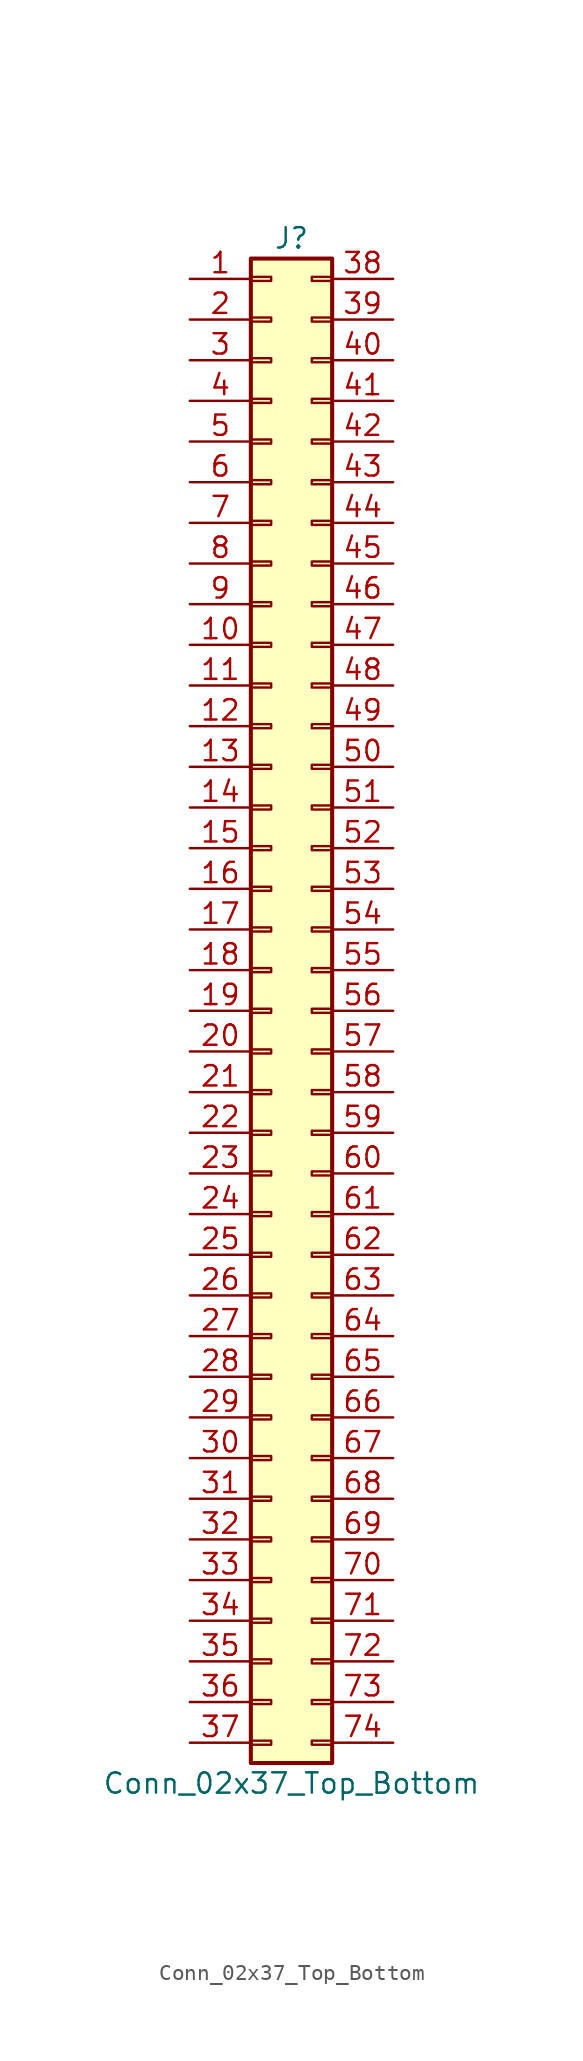
<source format=kicad_sym>
(kicad_symbol_lib
  (version 20211014)
  (generator kicad_symbol_editor)
  (symbol "Conn_02x37_Top_Bottom"
    (pin_names
      (offset 1.016) hide)
    (property "Reference" "J"
      (at 1.27 48.26 0)
      (effects (font (size 1.27 1.27))))
    (property "Value" "Conn_02x37_Top_Bottom"
      (at 1.27 -48.26 0)
      (effects (font (size 1.27 1.27))))
    (symbol "Conn_02x37_Top_Bottom_1_1"
      (rectangle (start -1.27 -45.593) (end 0 -45.847) (stroke (width 0.152) (type default) (color 0 0 0 0)) (fill (type none)))
      (rectangle (start -1.27 -43.053) (end 0 -43.307) (stroke (width 0.152) (type default) (color 0 0 0 0)) (fill (type none)))
      (rectangle (start -1.27 -40.513) (end 0 -40.767) (stroke (width 0.152) (type default) (color 0 0 0 0)) (fill (type none)))
      (rectangle (start -1.27 -37.973) (end 0 -38.227) (stroke (width 0.152) (type default) (color 0 0 0 0)) (fill (type none)))
      (rectangle (start -1.27 -35.433) (end 0 -35.687) (stroke (width 0.152) (type default) (color 0 0 0 0)) (fill (type none)))
      (rectangle (start -1.27 -32.893) (end 0 -33.147) (stroke (width 0.152) (type default) (color 0 0 0 0)) (fill (type none)))
      (rectangle (start -1.27 -30.353) (end 0 -30.607) (stroke (width 0.152) (type default) (color 0 0 0 0)) (fill (type none)))
      (rectangle (start -1.27 -27.813) (end 0 -28.067) (stroke (width 0.152) (type default) (color 0 0 0 0)) (fill (type none)))
      (rectangle (start -1.27 -25.273) (end 0 -25.527) (stroke (width 0.152) (type default) (color 0 0 0 0)) (fill (type none)))
      (rectangle (start -1.27 -22.733) (end 0 -22.987) (stroke (width 0.152) (type default) (color 0 0 0 0)) (fill (type none)))
      (rectangle (start -1.27 -20.193) (end 0 -20.447) (stroke (width 0.152) (type default) (color 0 0 0 0)) (fill (type none)))
      (rectangle (start -1.27 -17.653) (end 0 -17.907) (stroke (width 0.152) (type default) (color 0 0 0 0)) (fill (type none)))
      (rectangle (start -1.27 -15.113) (end 0 -15.367) (stroke (width 0.152) (type default) (color 0 0 0 0)) (fill (type none)))
      (rectangle (start -1.27 -12.573) (end 0 -12.827) (stroke (width 0.152) (type default) (color 0 0 0 0)) (fill (type none)))
      (rectangle (start -1.27 -10.033) (end 0 -10.287) (stroke (width 0.152) (type default) (color 0 0 0 0)) (fill (type none)))
      (rectangle (start -1.27 -7.493) (end 0 -7.747) (stroke (width 0.152) (type default) (color 0 0 0 0)) (fill (type none)))
      (rectangle (start -1.27 -4.953) (end 0 -5.207) (stroke (width 0.152) (type default) (color 0 0 0 0)) (fill (type none)))
      (rectangle (start -1.27 -2.413) (end 0 -2.667) (stroke (width 0.152) (type default) (color 0 0 0 0)) (fill (type none)))
      (rectangle (start -1.27 0.127) (end 0 -0.127) (stroke (width 0.152) (type default) (color 0 0 0 0)) (fill (type none)))
      (rectangle (start -1.27 2.667) (end 0 2.413) (stroke (width 0.152) (type default) (color 0 0 0 0)) (fill (type none)))
      (rectangle (start -1.27 5.207) (end 0 4.953) (stroke (width 0.152) (type default) (color 0 0 0 0)) (fill (type none)))
      (rectangle (start -1.27 7.747) (end 0 7.493) (stroke (width 0.152) (type default) (color 0 0 0 0)) (fill (type none)))
      (rectangle (start -1.27 10.287) (end 0 10.033) (stroke (width 0.152) (type default) (color 0 0 0 0)) (fill (type none)))
      (rectangle (start -1.27 12.827) (end 0 12.573) (stroke (width 0.152) (type default) (color 0 0 0 0)) (fill (type none)))
      (rectangle (start -1.27 15.367) (end 0 15.113) (stroke (width 0.152) (type default) (color 0 0 0 0)) (fill (type none)))
      (rectangle (start -1.27 17.907) (end 0 17.653) (stroke (width 0.152) (type default) (color 0 0 0 0)) (fill (type none)))
      (rectangle (start -1.27 20.447) (end 0 20.193) (stroke (width 0.152) (type default) (color 0 0 0 0)) (fill (type none)))
      (rectangle (start -1.27 22.987) (end 0 22.733) (stroke (width 0.152) (type default) (color 0 0 0 0)) (fill (type none)))
      (rectangle (start -1.27 25.527) (end 0 25.273) (stroke (width 0.152) (type default) (color 0 0 0 0)) (fill (type none)))
      (rectangle (start -1.27 28.067) (end 0 27.813) (stroke (width 0.152) (type default) (color 0 0 0 0)) (fill (type none)))
      (rectangle (start -1.27 30.607) (end 0 30.353) (stroke (width 0.152) (type default) (color 0 0 0 0)) (fill (type none)))
      (rectangle (start -1.27 33.147) (end 0 32.893) (stroke (width 0.152) (type default) (color 0 0 0 0)) (fill (type none)))
      (rectangle (start -1.27 35.687) (end 0 35.433) (stroke (width 0.152) (type default) (color 0 0 0 0)) (fill (type none)))
      (rectangle (start -1.27 38.227) (end 0 37.973) (stroke (width 0.152) (type default) (color 0 0 0 0)) (fill (type none)))
      (rectangle (start -1.27 40.767) (end 0 40.513) (stroke (width 0.152) (type default) (color 0 0 0 0)) (fill (type none)))
      (rectangle (start -1.27 43.307) (end 0 43.053) (stroke (width 0.152) (type default) (color 0 0 0 0)) (fill (type none)))
      (rectangle (start -1.27 45.847) (end 0 45.593) (stroke (width 0.152) (type default) (color 0 0 0 0)) (fill (type none)))
      (rectangle (start -1.27 46.99) (end 3.81 -46.99) (stroke (width 0.254) (type default) (color 0 0 0 0)) (fill (type background)))
      (rectangle (start 3.81 -45.593) (end 2.54 -45.847) (stroke (width 0.152) (type default) (color 0 0 0 0)) (fill (type none)))
      (rectangle (start 3.81 -43.053) (end 2.54 -43.307) (stroke (width 0.152) (type default) (color 0 0 0 0)) (fill (type none)))
      (rectangle (start 3.81 -40.513) (end 2.54 -40.767) (stroke (width 0.152) (type default) (color 0 0 0 0)) (fill (type none)))
      (rectangle (start 3.81 -37.973) (end 2.54 -38.227) (stroke (width 0.152) (type default) (color 0 0 0 0)) (fill (type none)))
      (rectangle (start 3.81 -35.433) (end 2.54 -35.687) (stroke (width 0.152) (type default) (color 0 0 0 0)) (fill (type none)))
      (rectangle (start 3.81 -32.893) (end 2.54 -33.147) (stroke (width 0.152) (type default) (color 0 0 0 0)) (fill (type none)))
      (rectangle (start 3.81 -30.353) (end 2.54 -30.607) (stroke (width 0.152) (type default) (color 0 0 0 0)) (fill (type none)))
      (rectangle (start 3.81 -27.813) (end 2.54 -28.067) (stroke (width 0.152) (type default) (color 0 0 0 0)) (fill (type none)))
      (rectangle (start 3.81 -25.273) (end 2.54 -25.527) (stroke (width 0.152) (type default) (color 0 0 0 0)) (fill (type none)))
      (rectangle (start 3.81 -22.733) (end 2.54 -22.987) (stroke (width 0.152) (type default) (color 0 0 0 0)) (fill (type none)))
      (rectangle (start 3.81 -20.193) (end 2.54 -20.447) (stroke (width 0.152) (type default) (color 0 0 0 0)) (fill (type none)))
      (rectangle (start 3.81 -17.653) (end 2.54 -17.907) (stroke (width 0.152) (type default) (color 0 0 0 0)) (fill (type none)))
      (rectangle (start 3.81 -15.113) (end 2.54 -15.367) (stroke (width 0.152) (type default) (color 0 0 0 0)) (fill (type none)))
      (rectangle (start 3.81 -12.573) (end 2.54 -12.827) (stroke (width 0.152) (type default) (color 0 0 0 0)) (fill (type none)))
      (rectangle (start 3.81 -10.033) (end 2.54 -10.287) (stroke (width 0.152) (type default) (color 0 0 0 0)) (fill (type none)))
      (rectangle (start 3.81 -7.493) (end 2.54 -7.747) (stroke (width 0.152) (type default) (color 0 0 0 0)) (fill (type none)))
      (rectangle (start 3.81 -4.953) (end 2.54 -5.207) (stroke (width 0.152) (type default) (color 0 0 0 0)) (fill (type none)))
      (rectangle (start 3.81 -2.413) (end 2.54 -2.667) (stroke (width 0.152) (type default) (color 0 0 0 0)) (fill (type none)))
      (rectangle (start 3.81 0.127) (end 2.54 -0.127) (stroke (width 0.152) (type default) (color 0 0 0 0)) (fill (type none)))
      (rectangle (start 3.81 2.667) (end 2.54 2.413) (stroke (width 0.152) (type default) (color 0 0 0 0)) (fill (type none)))
      (rectangle (start 3.81 5.207) (end 2.54 4.953) (stroke (width 0.152) (type default) (color 0 0 0 0)) (fill (type none)))
      (rectangle (start 3.81 7.747) (end 2.54 7.493) (stroke (width 0.152) (type default) (color 0 0 0 0)) (fill (type none)))
      (rectangle (start 3.81 10.287) (end 2.54 10.033) (stroke (width 0.152) (type default) (color 0 0 0 0)) (fill (type none)))
      (rectangle (start 3.81 12.827) (end 2.54 12.573) (stroke (width 0.152) (type default) (color 0 0 0 0)) (fill (type none)))
      (rectangle (start 3.81 15.367) (end 2.54 15.113) (stroke (width 0.152) (type default) (color 0 0 0 0)) (fill (type none)))
      (rectangle (start 3.81 17.907) (end 2.54 17.653) (stroke (width 0.152) (type default) (color 0 0 0 0)) (fill (type none)))
      (rectangle (start 3.81 20.447) (end 2.54 20.193) (stroke (width 0.152) (type default) (color 0 0 0 0)) (fill (type none)))
      (rectangle (start 3.81 22.987) (end 2.54 22.733) (stroke (width 0.152) (type default) (color 0 0 0 0)) (fill (type none)))
      (rectangle (start 3.81 25.527) (end 2.54 25.273) (stroke (width 0.152) (type default) (color 0 0 0 0)) (fill (type none)))
      (rectangle (start 3.81 28.067) (end 2.54 27.813) (stroke (width 0.152) (type default) (color 0 0 0 0)) (fill (type none)))
      (rectangle (start 3.81 30.607) (end 2.54 30.353) (stroke (width 0.152) (type default) (color 0 0 0 0)) (fill (type none)))
      (rectangle (start 3.81 33.147) (end 2.54 32.893) (stroke (width 0.152) (type default) (color 0 0 0 0)) (fill (type none)))
      (rectangle (start 3.81 35.687) (end 2.54 35.433) (stroke (width 0.152) (type default) (color 0 0 0 0)) (fill (type none)))
      (rectangle (start 3.81 38.227) (end 2.54 37.973) (stroke (width 0.152) (type default) (color 0 0 0 0)) (fill (type none)))
      (rectangle (start 3.81 40.767) (end 2.54 40.513) (stroke (width 0.152) (type default) (color 0 0 0 0)) (fill (type none)))
      (rectangle (start 3.81 43.307) (end 2.54 43.053) (stroke (width 0.152) (type default) (color 0 0 0 0)) (fill (type none)))
      (rectangle (start 3.81 45.847) (end 2.54 45.593) (stroke (width 0.152) (type default) (color 0 0 0 0)) (fill (type none)))
      (pin passive line (at -5.08 45.72 0) (length 3.81) (name "Pin_1" (effects (font (size 1.27 1.27)))) (number "1" (effects (font (size 1.27 1.27)))))
      (pin passive line (at -5.08 22.86 0) (length 3.81) (name "Pin_10" (effects (font (size 1.27 1.27)))) (number "10" (effects (font (size 1.27 1.27)))))
      (pin passive line (at -5.08 20.32 0) (length 3.81) (name "Pin_11" (effects (font (size 1.27 1.27)))) (number "11" (effects (font (size 1.27 1.27)))))
      (pin passive line (at -5.08 17.78 0) (length 3.81) (name "Pin_12" (effects (font (size 1.27 1.27)))) (number "12" (effects (font (size 1.27 1.27)))))
      (pin passive line (at -5.08 15.24 0) (length 3.81) (name "Pin_13" (effects (font (size 1.27 1.27)))) (number "13" (effects (font (size 1.27 1.27)))))
      (pin passive line (at -5.08 12.7 0) (length 3.81) (name "Pin_14" (effects (font (size 1.27 1.27)))) (number "14" (effects (font (size 1.27 1.27)))))
      (pin passive line (at -5.08 10.16 0) (length 3.81) (name "Pin_15" (effects (font (size 1.27 1.27)))) (number "15" (effects (font (size 1.27 1.27)))))
      (pin passive line (at -5.08 7.62 0) (length 3.81) (name "Pin_16" (effects (font (size 1.27 1.27)))) (number "16" (effects (font (size 1.27 1.27)))))
      (pin passive line (at -5.08 5.08 0) (length 3.81) (name "Pin_17" (effects (font (size 1.27 1.27)))) (number "17" (effects (font (size 1.27 1.27)))))
      (pin passive line (at -5.08 2.54 0) (length 3.81) (name "Pin_18" (effects (font (size 1.27 1.27)))) (number "18" (effects (font (size 1.27 1.27)))))
      (pin passive line (at -5.08 0 0) (length 3.81) (name "Pin_19" (effects (font (size 1.27 1.27)))) (number "19" (effects (font (size 1.27 1.27)))))
      (pin passive line (at -5.08 43.18 0) (length 3.81) (name "Pin_2" (effects (font (size 1.27 1.27)))) (number "2" (effects (font (size 1.27 1.27)))))
      (pin passive line (at -5.08 -2.54 0) (length 3.81) (name "Pin_20" (effects (font (size 1.27 1.27)))) (number "20" (effects (font (size 1.27 1.27)))))
      (pin passive line (at -5.08 -5.08 0) (length 3.81) (name "Pin_21" (effects (font (size 1.27 1.27)))) (number "21" (effects (font (size 1.27 1.27)))))
      (pin passive line (at -5.08 -7.62 0) (length 3.81) (name "Pin_22" (effects (font (size 1.27 1.27)))) (number "22" (effects (font (size 1.27 1.27)))))
      (pin passive line (at -5.08 -10.16 0) (length 3.81) (name "Pin_23" (effects (font (size 1.27 1.27)))) (number "23" (effects (font (size 1.27 1.27)))))
      (pin passive line (at -5.08 -12.7 0) (length 3.81) (name "Pin_24" (effects (font (size 1.27 1.27)))) (number "24" (effects (font (size 1.27 1.27)))))
      (pin passive line (at -5.08 -15.24 0) (length 3.81) (name "Pin_25" (effects (font (size 1.27 1.27)))) (number "25" (effects (font (size 1.27 1.27)))))
      (pin passive line (at -5.08 -17.78 0) (length 3.81) (name "Pin_26" (effects (font (size 1.27 1.27)))) (number "26" (effects (font (size 1.27 1.27)))))
      (pin passive line (at -5.08 -20.32 0) (length 3.81) (name "Pin_27" (effects (font (size 1.27 1.27)))) (number "27" (effects (font (size 1.27 1.27)))))
      (pin passive line (at -5.08 -22.86 0) (length 3.81) (name "Pin_28" (effects (font (size 1.27 1.27)))) (number "28" (effects (font (size 1.27 1.27)))))
      (pin passive line (at -5.08 -25.4 0) (length 3.81) (name "Pin_29" (effects (font (size 1.27 1.27)))) (number "29" (effects (font (size 1.27 1.27)))))
      (pin passive line (at -5.08 40.64 0) (length 3.81) (name "Pin_3" (effects (font (size 1.27 1.27)))) (number "3" (effects (font (size 1.27 1.27)))))
      (pin passive line (at -5.08 -27.94 0) (length 3.81) (name "Pin_30" (effects (font (size 1.27 1.27)))) (number "30" (effects (font (size 1.27 1.27)))))
      (pin passive line (at -5.08 -30.48 0) (length 3.81) (name "Pin_31" (effects (font (size 1.27 1.27)))) (number "31" (effects (font (size 1.27 1.27)))))
      (pin passive line (at -5.08 -33.02 0) (length 3.81) (name "Pin_32" (effects (font (size 1.27 1.27)))) (number "32" (effects (font (size 1.27 1.27)))))
      (pin passive line (at -5.08 -35.56 0) (length 3.81) (name "Pin_33" (effects (font (size 1.27 1.27)))) (number "33" (effects (font (size 1.27 1.27)))))
      (pin passive line (at -5.08 -38.1 0) (length 3.81) (name "Pin_34" (effects (font (size 1.27 1.27)))) (number "34" (effects (font (size 1.27 1.27)))))
      (pin passive line (at -5.08 -40.64 0) (length 3.81) (name "Pin_35" (effects (font (size 1.27 1.27)))) (number "35" (effects (font (size 1.27 1.27)))))
      (pin passive line (at -5.08 -43.18 0) (length 3.81) (name "Pin_36" (effects (font (size 1.27 1.27)))) (number "36" (effects (font (size 1.27 1.27)))))
      (pin passive line (at -5.08 -45.72 0) (length 3.81) (name "Pin_37" (effects (font (size 1.27 1.27)))) (number "37" (effects (font (size 1.27 1.27)))))
      (pin passive line (at 7.62 45.72 180) (length 3.81) (name "Pin_38" (effects (font (size 1.27 1.27)))) (number "38" (effects (font (size 1.27 1.27)))))
      (pin passive line (at 7.62 43.18 180) (length 3.81) (name "Pin_39" (effects (font (size 1.27 1.27)))) (number "39" (effects (font (size 1.27 1.27)))))
      (pin passive line (at -5.08 38.1 0) (length 3.81) (name "Pin_4" (effects (font (size 1.27 1.27)))) (number "4" (effects (font (size 1.27 1.27)))))
      (pin passive line (at 7.62 40.64 180) (length 3.81) (name "Pin_40" (effects (font (size 1.27 1.27)))) (number "40" (effects (font (size 1.27 1.27)))))
      (pin passive line (at 7.62 38.1 180) (length 3.81) (name "Pin_41" (effects (font (size 1.27 1.27)))) (number "41" (effects (font (size 1.27 1.27)))))
      (pin passive line (at 7.62 35.56 180) (length 3.81) (name "Pin_42" (effects (font (size 1.27 1.27)))) (number "42" (effects (font (size 1.27 1.27)))))
      (pin passive line (at 7.62 33.02 180) (length 3.81) (name "Pin_43" (effects (font (size 1.27 1.27)))) (number "43" (effects (font (size 1.27 1.27)))))
      (pin passive line (at 7.62 30.48 180) (length 3.81) (name "Pin_44" (effects (font (size 1.27 1.27)))) (number "44" (effects (font (size 1.27 1.27)))))
      (pin passive line (at 7.62 27.94 180) (length 3.81) (name "Pin_45" (effects (font (size 1.27 1.27)))) (number "45" (effects (font (size 1.27 1.27)))))
      (pin passive line (at 7.62 25.4 180) (length 3.81) (name "Pin_46" (effects (font (size 1.27 1.27)))) (number "46" (effects (font (size 1.27 1.27)))))
      (pin passive line (at 7.62 22.86 180) (length 3.81) (name "Pin_47" (effects (font (size 1.27 1.27)))) (number "47" (effects (font (size 1.27 1.27)))))
      (pin passive line (at 7.62 20.32 180) (length 3.81) (name "Pin_48" (effects (font (size 1.27 1.27)))) (number "48" (effects (font (size 1.27 1.27)))))
      (pin passive line (at 7.62 17.78 180) (length 3.81) (name "Pin_49" (effects (font (size 1.27 1.27)))) (number "49" (effects (font (size 1.27 1.27)))))
      (pin passive line (at -5.08 35.56 0) (length 3.81) (name "Pin_5" (effects (font (size 1.27 1.27)))) (number "5" (effects (font (size 1.27 1.27)))))
      (pin passive line (at 7.62 15.24 180) (length 3.81) (name "Pin_50" (effects (font (size 1.27 1.27)))) (number "50" (effects (font (size 1.27 1.27)))))
      (pin passive line (at 7.62 12.7 180) (length 3.81) (name "Pin_51" (effects (font (size 1.27 1.27)))) (number "51" (effects (font (size 1.27 1.27)))))
      (pin passive line (at 7.62 10.16 180) (length 3.81) (name "Pin_52" (effects (font (size 1.27 1.27)))) (number "52" (effects (font (size 1.27 1.27)))))
      (pin passive line (at 7.62 7.62 180) (length 3.81) (name "Pin_53" (effects (font (size 1.27 1.27)))) (number "53" (effects (font (size 1.27 1.27)))))
      (pin passive line (at 7.62 5.08 180) (length 3.81) (name "Pin_54" (effects (font (size 1.27 1.27)))) (number "54" (effects (font (size 1.27 1.27)))))
      (pin passive line (at 7.62 2.54 180) (length 3.81) (name "Pin_55" (effects (font (size 1.27 1.27)))) (number "55" (effects (font (size 1.27 1.27)))))
      (pin passive line (at 7.62 0 180) (length 3.81) (name "Pin_56" (effects (font (size 1.27 1.27)))) (number "56" (effects (font (size 1.27 1.27)))))
      (pin passive line (at 7.62 -2.54 180) (length 3.81) (name "Pin_57" (effects (font (size 1.27 1.27)))) (number "57" (effects (font (size 1.27 1.27)))))
      (pin passive line (at 7.62 -5.08 180) (length 3.81) (name "Pin_58" (effects (font (size 1.27 1.27)))) (number "58" (effects (font (size 1.27 1.27)))))
      (pin passive line (at 7.62 -7.62 180) (length 3.81) (name "Pin_59" (effects (font (size 1.27 1.27)))) (number "59" (effects (font (size 1.27 1.27)))))
      (pin passive line (at -5.08 33.02 0) (length 3.81) (name "Pin_6" (effects (font (size 1.27 1.27)))) (number "6" (effects (font (size 1.27 1.27)))))
      (pin passive line (at 7.62 -10.16 180) (length 3.81) (name "Pin_60" (effects (font (size 1.27 1.27)))) (number "60" (effects (font (size 1.27 1.27)))))
      (pin passive line (at 7.62 -12.7 180) (length 3.81) (name "Pin_61" (effects (font (size 1.27 1.27)))) (number "61" (effects (font (size 1.27 1.27)))))
      (pin passive line (at 7.62 -15.24 180) (length 3.81) (name "Pin_62" (effects (font (size 1.27 1.27)))) (number "62" (effects (font (size 1.27 1.27)))))
      (pin passive line (at 7.62 -17.78 180) (length 3.81) (name "Pin_63" (effects (font (size 1.27 1.27)))) (number "63" (effects (font (size 1.27 1.27)))))
      (pin passive line (at 7.62 -20.32 180) (length 3.81) (name "Pin_64" (effects (font (size 1.27 1.27)))) (number "64" (effects (font (size 1.27 1.27)))))
      (pin passive line (at 7.62 -22.86 180) (length 3.81) (name "Pin_65" (effects (font (size 1.27 1.27)))) (number "65" (effects (font (size 1.27 1.27)))))
      (pin passive line (at 7.62 -25.4 180) (length 3.81) (name "Pin_66" (effects (font (size 1.27 1.27)))) (number "66" (effects (font (size 1.27 1.27)))))
      (pin passive line (at 7.62 -27.94 180) (length 3.81) (name "Pin_67" (effects (font (size 1.27 1.27)))) (number "67" (effects (font (size 1.27 1.27)))))
      (pin passive line (at 7.62 -30.48 180) (length 3.81) (name "Pin_68" (effects (font (size 1.27 1.27)))) (number "68" (effects (font (size 1.27 1.27)))))
      (pin passive line (at 7.62 -33.02 180) (length 3.81) (name "Pin_69" (effects (font (size 1.27 1.27)))) (number "69" (effects (font (size 1.27 1.27)))))
      (pin passive line (at -5.08 30.48 0) (length 3.81) (name "Pin_7" (effects (font (size 1.27 1.27)))) (number "7" (effects (font (size 1.27 1.27)))))
      (pin passive line (at 7.62 -35.56 180) (length 3.81) (name "Pin_70" (effects (font (size 1.27 1.27)))) (number "70" (effects (font (size 1.27 1.27)))))
      (pin passive line (at 7.62 -38.1 180) (length 3.81) (name "Pin_71" (effects (font (size 1.27 1.27)))) (number "71" (effects (font (size 1.27 1.27)))))
      (pin passive line (at 7.62 -40.64 180) (length 3.81) (name "Pin_72" (effects (font (size 1.27 1.27)))) (number "72" (effects (font (size 1.27 1.27)))))
      (pin passive line (at 7.62 -43.18 180) (length 3.81) (name "Pin_73" (effects (font (size 1.27 1.27)))) (number "73" (effects (font (size 1.27 1.27)))))
      (pin passive line (at 7.62 -45.72 180) (length 3.81) (name "Pin_74" (effects (font (size 1.27 1.27)))) (number "74" (effects (font (size 1.27 1.27)))))
      (pin passive line (at -5.08 27.94 0) (length 3.81) (name "Pin_8" (effects (font (size 1.27 1.27)))) (number "8" (effects (font (size 1.27 1.27)))))
      (pin passive line (at -5.08 25.4 0) (length 3.81) (name "Pin_9" (effects (font (size 1.27 1.27)))) (number "9" (effects (font (size 1.27 1.27))))))))
</source>
